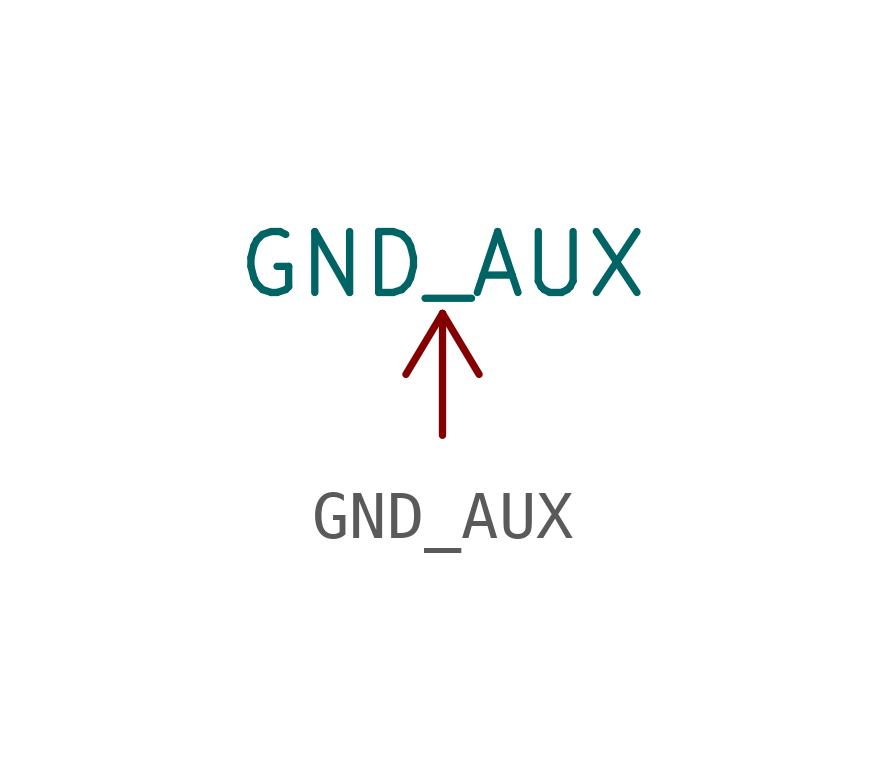
<source format=kicad_sym>
(kicad_symbol_lib
  (version 20211014)
  (generator kicad_symbol_editor)
  (symbol "GND_AUX"
    (power)
    (pin_names
      (offset 0))
    (property "Reference" "#PWR"
      (at 0 -3.81 0)
      (effects (font (size 1.27 1.27)) hide))
    (property "Value" "GND_AUX"
      (at 0 3.556 0)
      (effects (font (size 1.27 1.27))))
    (symbol "GND_AUX_0_1"
      (polyline (pts (xy -0.762 1.27) (xy 0 2.54)) (stroke (width 0) (type default) (color 0 0 0 0)) (fill (type none)))
      (polyline (pts (xy 0 0) (xy 0 2.54)) (stroke (width 0) (type default) (color 0 0 0 0)) (fill (type none)))
      (polyline (pts (xy 0 2.54) (xy 0.762 1.27)) (stroke (width 0) (type default) (color 0 0 0 0)) (fill (type none))))
    (symbol "GND_AUX_1_1"
      (pin power_in line (at 0 0 90) (length 0) hide (name "GND_AUX" (effects (font (size 1.27 1.27)))) (number "1" (effects (font (size 1.27 1.27))))))))
</source>
